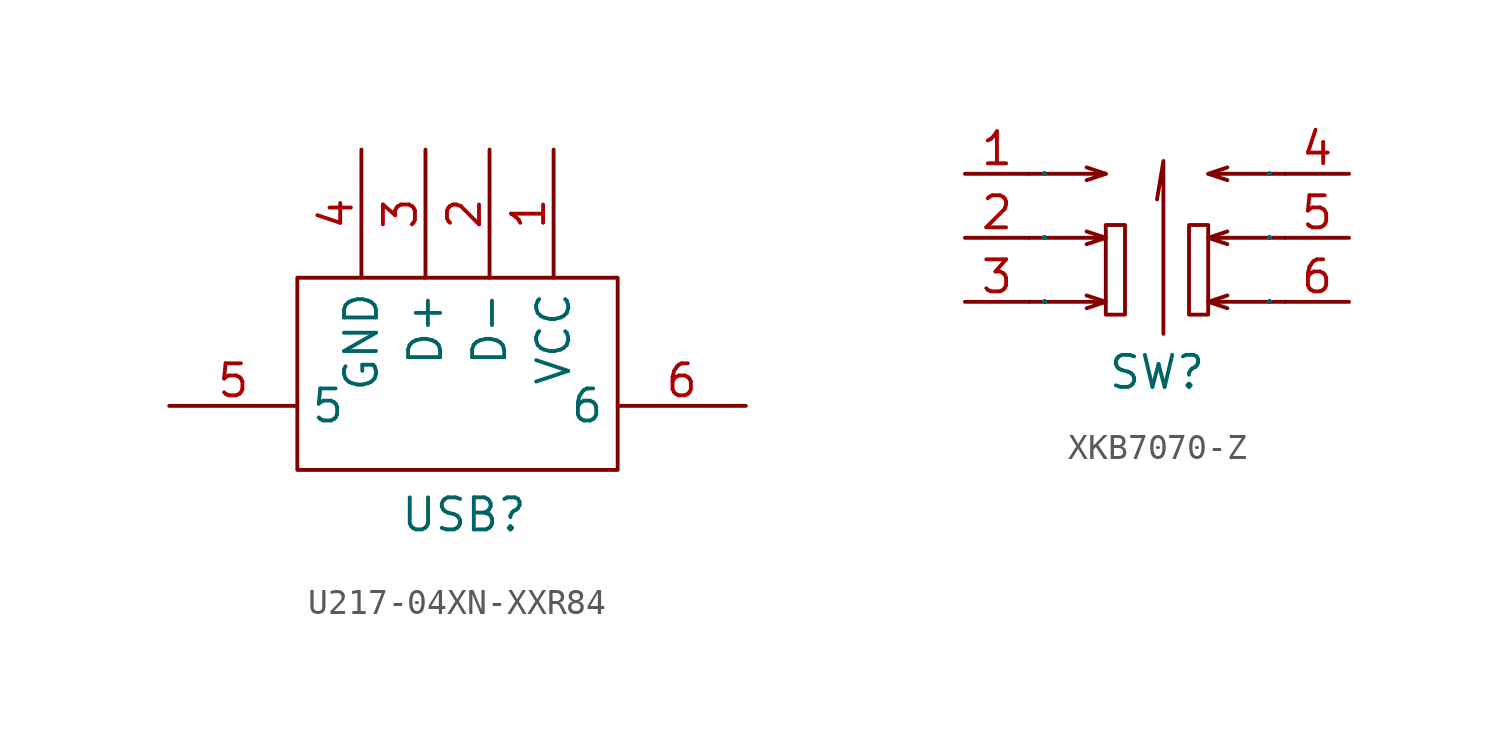
<source format=kicad_sym>
(kicad_symbol_lib
  (version 20241209)
  (generator "kicad_symbol_editor")
  (generator_version "9.0")
  (symbol "U217-04XN-XXR84"
    (property "Reference" "USB"
      (at 1.524 -9.398 0)
      (effects (font (size 1.27 1.27))))
    (property "Value" ""
      (at 0 0 0)
      (effects (font (size 1.27 1.27))))
    (symbol "U217-04XN-XXR84_1_0"
      (rectangle (start -5.08 -7.62) (end 7.62 0) (stroke (width 0) (type default)) (fill (type none)))
      (pin power_out line (at -10.16 -5.08 0) (length 5.08) (name "5" (effects (font (size 1.27 1.27)))) (number "5" (effects (font (size 1.27 1.27)))))
      (pin power_out line (at -2.54 5.08 270) (length 5.08) (name "GND" (effects (font (size 1.27 1.27)))) (number "4" (effects (font (size 1.27 1.27)))))
      (pin output line (at 0 5.08 270) (length 5.08) (name "D+" (effects (font (size 1.27 1.27)))) (number "3" (effects (font (size 1.27 1.27)))))
      (pin output line (at 2.54 5.08 270) (length 5.08) (name "D-" (effects (font (size 1.27 1.27)))) (number "2" (effects (font (size 1.27 1.27)))))
      (pin power_out line (at 5.08 5.08 270) (length 5.08) (name "VCC" (effects (font (size 1.27 1.27)))) (number "1" (effects (font (size 1.27 1.27)))))
      (pin power_out line (at 12.7 -5.08 180) (length 5.08) (name "6" (effects (font (size 1.27 1.27)))) (number "6" (effects (font (size 1.27 1.27)))))))
  (symbol "XKB7070-Z"
    (property "Reference" "SW"
      (at 0 -5.334 0)
      (effects (font (size 1.27 1.27))))
    (property "Value" ""
      (at 0 0 0)
      (effects (font (size 1.27 1.27))))
    (symbol "XKB7070-Z_1_0"
      (polyline (pts (xy -5.08 2.54) (xy -2.032 2.54) (xy -2.032 2.54) (xy -2.794 2.286)) (stroke (width 0) (type default)) (fill (type none)))
      (polyline (pts (xy -5.08 0) (xy -2.032 0) (xy -2.032 0) (xy -2.794 -0.254)) (stroke (width 0) (type default)) (fill (type none)))
      (polyline (pts (xy -5.08 -2.54) (xy -2.032 -2.54) (xy -2.032 -2.54) (xy -2.794 -2.794)) (stroke (width 0) (type default)) (fill (type none)))
      (polyline (pts (xy -2.032 2.54) (xy -2.794 2.794)) (stroke (width 0) (type default)) (fill (type none)))
      (polyline (pts (xy -2.032 0) (xy -2.794 0.254)) (stroke (width 0) (type default)) (fill (type none)))
      (polyline (pts (xy -2.032 -2.54) (xy -2.794 -2.286)) (stroke (width 0) (type default)) (fill (type none)))
      (rectangle (start -2.032 -3.048) (end -1.27 0.508) (stroke (width 0) (type default)) (fill (type none)))
      (polyline (pts (xy 0.254 -3.81) (xy 0.254 3.048) (xy 0.254 3.048) (xy 0 1.524)) (stroke (width 0) (type default)) (fill (type none)))
      (rectangle (start 1.27 -3.048) (end 2.032 0.508) (stroke (width 0) (type default)) (fill (type none)))
      (polyline (pts (xy 2.032 2.54) (xy 2.794 2.794)) (stroke (width 0) (type default)) (fill (type none)))
      (polyline (pts (xy 2.032 0) (xy 2.794 0.254)) (stroke (width 0) (type default)) (fill (type none)))
      (polyline (pts (xy 2.032 -2.54) (xy 2.794 -2.286)) (stroke (width 0) (type default)) (fill (type none)))
      (polyline (pts (xy 5.08 2.54) (xy 2.032 2.54) (xy 2.032 2.54) (xy 2.794 2.286)) (stroke (width 0) (type default)) (fill (type none)))
      (polyline (pts (xy 5.08 0) (xy 2.032 0) (xy 2.032 0) (xy 2.794 -0.254)) (stroke (width 0) (type default)) (fill (type none)))
      (polyline (pts (xy 5.08 -2.54) (xy 2.032 -2.54) (xy 2.032 -2.54) (xy 2.794 -2.794)) (stroke (width 0) (type default)) (fill (type none)))
      (pin passive line (at -7.62 2.54 0) (length 2.54) (name "1" (effects (font (size 0.025 0.025)))) (number "1" (effects (font (size 1.27 1.27)))))
      (pin passive line (at -7.62 0 0) (length 2.54) (name "2" (effects (font (size 0.025 0.025)))) (number "2" (effects (font (size 1.27 1.27)))))
      (pin passive line (at -7.62 -2.54 0) (length 2.54) (name "3" (effects (font (size 0.025 0.025)))) (number "3" (effects (font (size 1.27 1.27)))))
      (pin passive line (at 7.62 2.54 180) (length 2.54) (name "4" (effects (font (size 0.025 0.025)))) (number "4" (effects (font (size 1.27 1.27)))))
      (pin passive line (at 7.62 0 180) (length 2.54) (name "5" (effects (font (size 0.025 0.025)))) (number "5" (effects (font (size 1.27 1.27)))))
      (pin passive line (at 7.62 -2.54 180) (length 2.54) (name "6" (effects (font (size 0.025 0.025)))) (number "6" (effects (font (size 1.27 1.27))))))))
</source>
